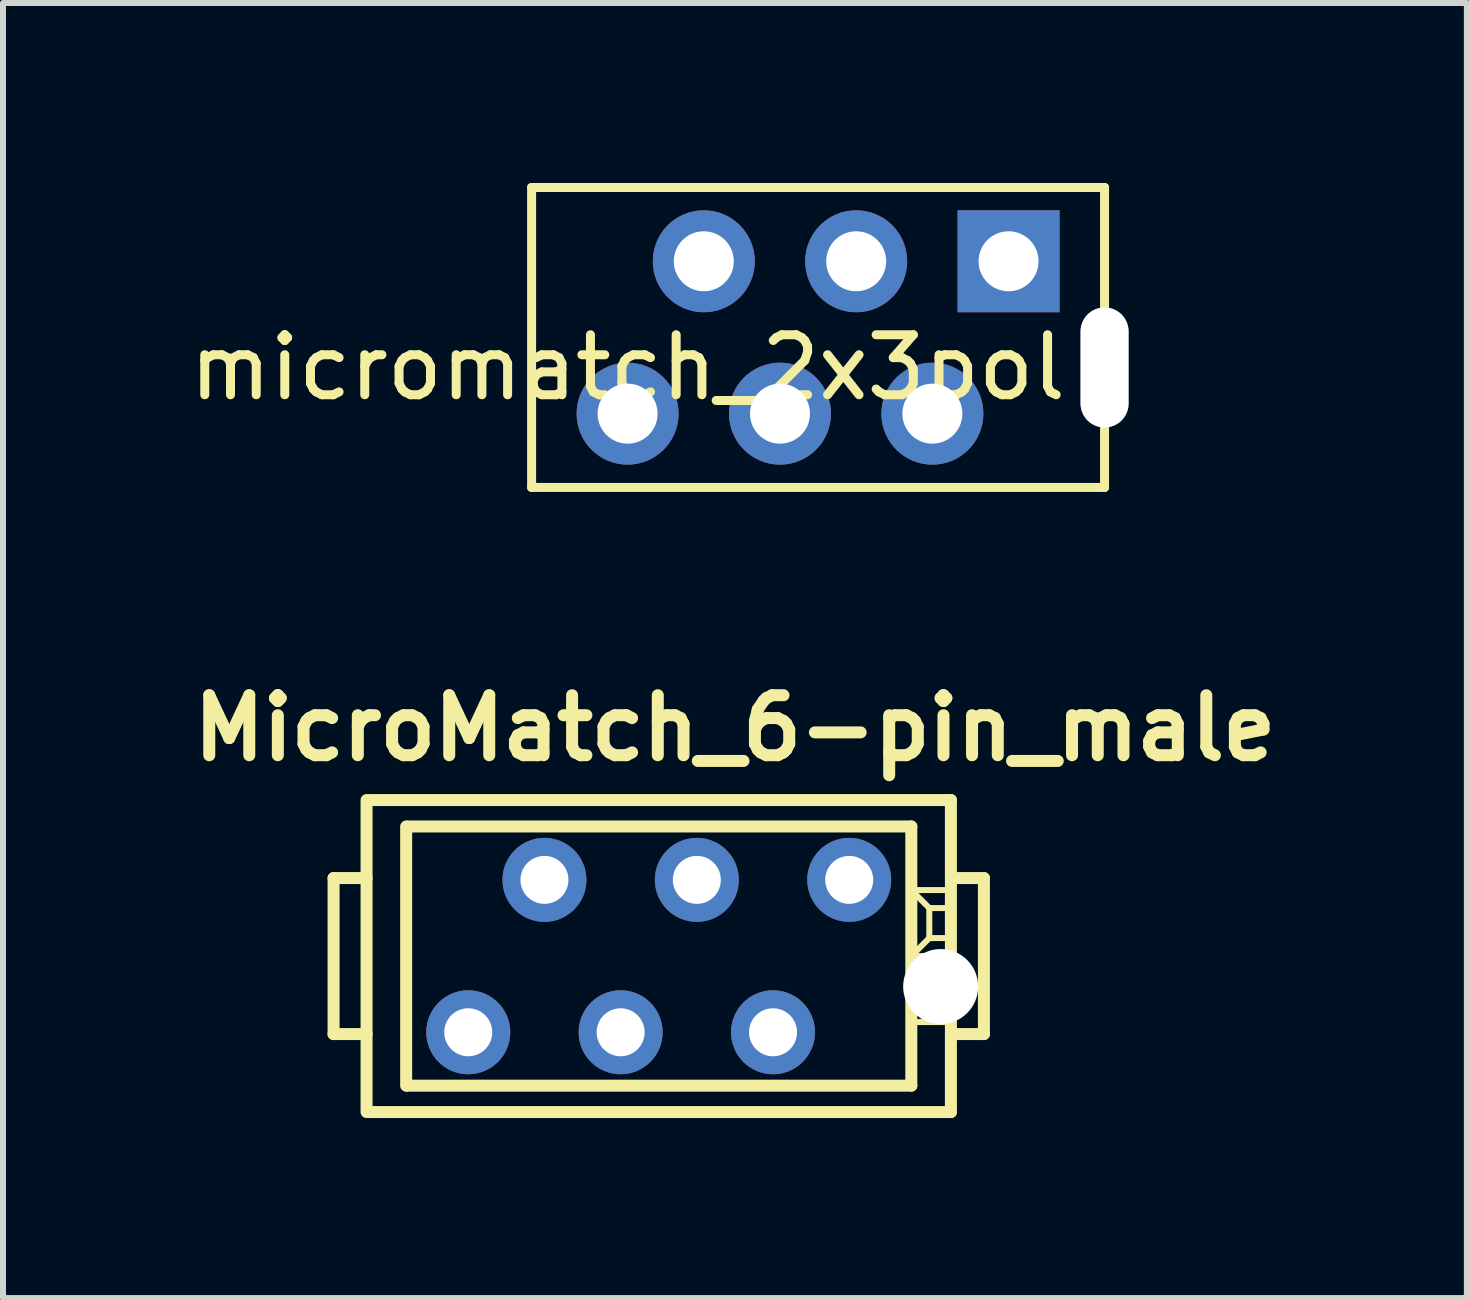
<source format=kicad_pcb>
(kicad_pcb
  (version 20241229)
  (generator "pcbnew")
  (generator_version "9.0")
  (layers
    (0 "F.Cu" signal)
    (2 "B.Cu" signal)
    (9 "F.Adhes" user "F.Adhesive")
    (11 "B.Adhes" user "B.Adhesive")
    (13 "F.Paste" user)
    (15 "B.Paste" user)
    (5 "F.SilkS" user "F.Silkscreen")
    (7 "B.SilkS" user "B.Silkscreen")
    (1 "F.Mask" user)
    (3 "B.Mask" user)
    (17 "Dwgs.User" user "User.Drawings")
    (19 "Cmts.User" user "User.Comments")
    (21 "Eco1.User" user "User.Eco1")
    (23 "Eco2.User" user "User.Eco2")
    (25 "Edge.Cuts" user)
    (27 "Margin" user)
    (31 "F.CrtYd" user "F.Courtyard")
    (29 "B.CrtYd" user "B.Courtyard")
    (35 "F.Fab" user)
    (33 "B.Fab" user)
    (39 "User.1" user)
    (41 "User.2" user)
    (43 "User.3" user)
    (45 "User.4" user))
  (footprint "MicroMatch_6-pin_male"
    (layer "F.Cu")
    (at 9.2 12.886)
    (property "Reference" "MicroMatch_6-pin_male" (at 0 -3.8 0) (layer "F.SilkS") (effects (font (size 1 1) (thickness 0.2))))
    (attr through_hole)
    (fp_line (start -6.69 -1.3) (end -6.69 1.3) (stroke (width 0.2) (type solid)) (layer "F.SilkS"))
    (fp_line (start -6.69 1.3) (end -6.14 1.3) (stroke (width 0.2) (type solid)) (layer "F.SilkS"))
    (fp_line (start -6.14 -1.3) (end -6.69 -1.3) (stroke (width 0.2) (type solid)) (layer "F.SilkS"))
    (fp_line (start -6.14 2.6) (end -6.14 -2.6) (stroke (width 0.2) (type solid)) (layer "F.SilkS"))
    (fp_line (start -6.09 -2.6) (end 3.6 -2.6) (stroke (width 0.2) (type solid)) (layer "F.SilkS"))
    (fp_line (start -5.48 2.16) (end -5.48 -2.16) (stroke (width 0.2) (type solid)) (layer "F.SilkS"))
    (fp_line (start -5.461 -2.16) (end 2.94 -2.16) (stroke (width 0.2) (type solid)) (layer "F.SilkS"))
    (fp_line (start 2.94 -2.16) (end 2.94 2.16) (stroke (width 0.2) (type solid)) (layer "F.SilkS"))
    (fp_line (start 2.94 -1.1) (end 3.24 -0.8) (stroke (width 0.1) (type solid)) (layer "F.SilkS"))
    (fp_line (start 2.94 -1.1) (end 3.6 -1.1) (stroke (width 0.1) (type solid)) (layer "F.SilkS"))
    (fp_line (start 2.94 0) (end 3.24 -0.3) (stroke (width 0.1) (type solid)) (layer "F.SilkS"))
    (fp_line (start 2.94 0) (end 3.6 0) (stroke (width 0.1) (type solid)) (layer "F.SilkS"))
    (fp_line (start 2.94 1.1) (end 3.6 1.1) (stroke (width 0.1) (type solid)) (layer "F.SilkS"))
    (fp_line (start 2.94 2.16) (end -5.461 2.16) (stroke (width 0.2) (type solid)) (layer "F.SilkS"))
    (fp_line (start 3.24 -0.8) (end 3.6 -0.8) (stroke (width 0.1) (type solid)) (layer "F.SilkS"))
    (fp_line (start 3.24 -0.3) (end 3.24 -0.8) (stroke (width 0.1) (type solid)) (layer "F.SilkS"))
    (fp_line (start 3.24 -0.3) (end 3.6 -0.3) (stroke (width 0.1) (type solid)) (layer "F.SilkS"))
    (fp_line (start 3.6 -2.6) (end 3.6 2.6) (stroke (width 0.2) (type solid)) (layer "F.SilkS"))
    (fp_line (start 3.6 -1.3) (end 4.15 -1.3) (stroke (width 0.2) (type solid)) (layer "F.SilkS"))
    (fp_line (start 3.6 2.6) (end -6.09 2.6) (stroke (width 0.2) (type solid)) (layer "F.SilkS"))
    (fp_line (start 4.15 -1.3) (end 4.15 1.3) (stroke (width 0.2) (type solid)) (layer "F.SilkS"))
    (fp_line (start 4.15 1.3) (end 3.6 1.3) (stroke (width 0.2) (type solid)) (layer "F.SilkS"))
    (pad "" np_thru_hole circle (at 3.429 0.508) (size 1.25 1.25) (drill 1.25) (layers "*.Cu" "*.Mask"))
    (pad "1" thru_hole circle (at 1.905 -1.27) (size 1.4 1.4) (drill 0.8) (layers "*.Cu" "*.Mask"))
    (pad "2" thru_hole circle (at 0.635 1.27) (size 1.4 1.4) (drill 0.8) (layers "*.Cu" "*.Mask"))
    (pad "3" thru_hole circle (at -0.635 -1.27) (size 1.4 1.4) (drill 0.8) (layers "*.Cu" "*.Mask"))
    (pad "4" thru_hole circle (at -1.905 1.27) (size 1.4 1.4) (drill 0.8) (layers "*.Cu" "*.Mask"))
    (pad "5" thru_hole circle (at -3.175 -1.27) (size 1.4 1.4) (drill 0.8) (layers "*.Cu" "*.Mask"))
    (pad "6" thru_hole circle (at -4.445 1.27) (size 1.4 1.4) (drill 0.8) (layers "*.Cu" "*.Mask")))
  (footprint "micromatch_2x3pol"
    (layer "F.Cu")
    (at 11.221 2.575)
    (property "Reference" "micromatch_2x3pol" (at -3.81 0.5 0) (layer "F.SilkS") (effects (font (size 1 1) (thickness 0.15))))
    (attr through_hole)
    (fp_line (start -5.41 -2.5) (end 4.14 -2.5) (stroke (width 0.15) (type solid)) (layer "F.SilkS"))
    (fp_line (start -5.41 2.5) (end -5.41 -2.5) (stroke (width 0.15) (type solid)) (layer "F.SilkS"))
    (fp_line (start -5.41 2.5) (end 4.14 2.5) (stroke (width 0.15) (type solid)) (layer "F.SilkS"))
    (fp_line (start 4.14 -2.5) (end 4.14 2.5) (stroke (width 0.15) (type solid)) (layer "F.SilkS"))
    (pad "" thru_hole oval (at 4.14 0.5) (size 0.8 2) (drill oval 0.8 2) (layers "*.Cu" "*.Mask"))
    (pad "1" thru_hole rect (at 2.54 -1.27) (size 1.7 1.7) (drill 1) (layers "*.Cu" "*.Mask"))
    (pad "2" thru_hole circle (at 1.27 1.27) (size 1.7 1.7) (drill 1) (layers "*.Cu" "*.Mask"))
    (pad "3" thru_hole circle (at 0 -1.27) (size 1.7 1.7) (drill 1) (layers "*.Cu" "*.Mask"))
    (pad "4" thru_hole circle (at -1.27 1.27) (size 1.7 1.7) (drill 1) (layers "*.Cu" "*.Mask"))
    (pad "5" thru_hole circle (at -2.54 -1.27) (size 1.7 1.7) (drill 1) (layers "*.Cu" "*.Mask"))
    (pad "6" thru_hole circle (at -3.81 1.27) (size 1.7 1.7) (drill 1) (layers "*.Cu" "*.Mask")))
  (gr_rect
    (start -3 -3)
    (end 21.4 18.586)
    (stroke (width 0.1) (type default))
    (fill no)
    (layer "Edge.Cuts")))
</source>
